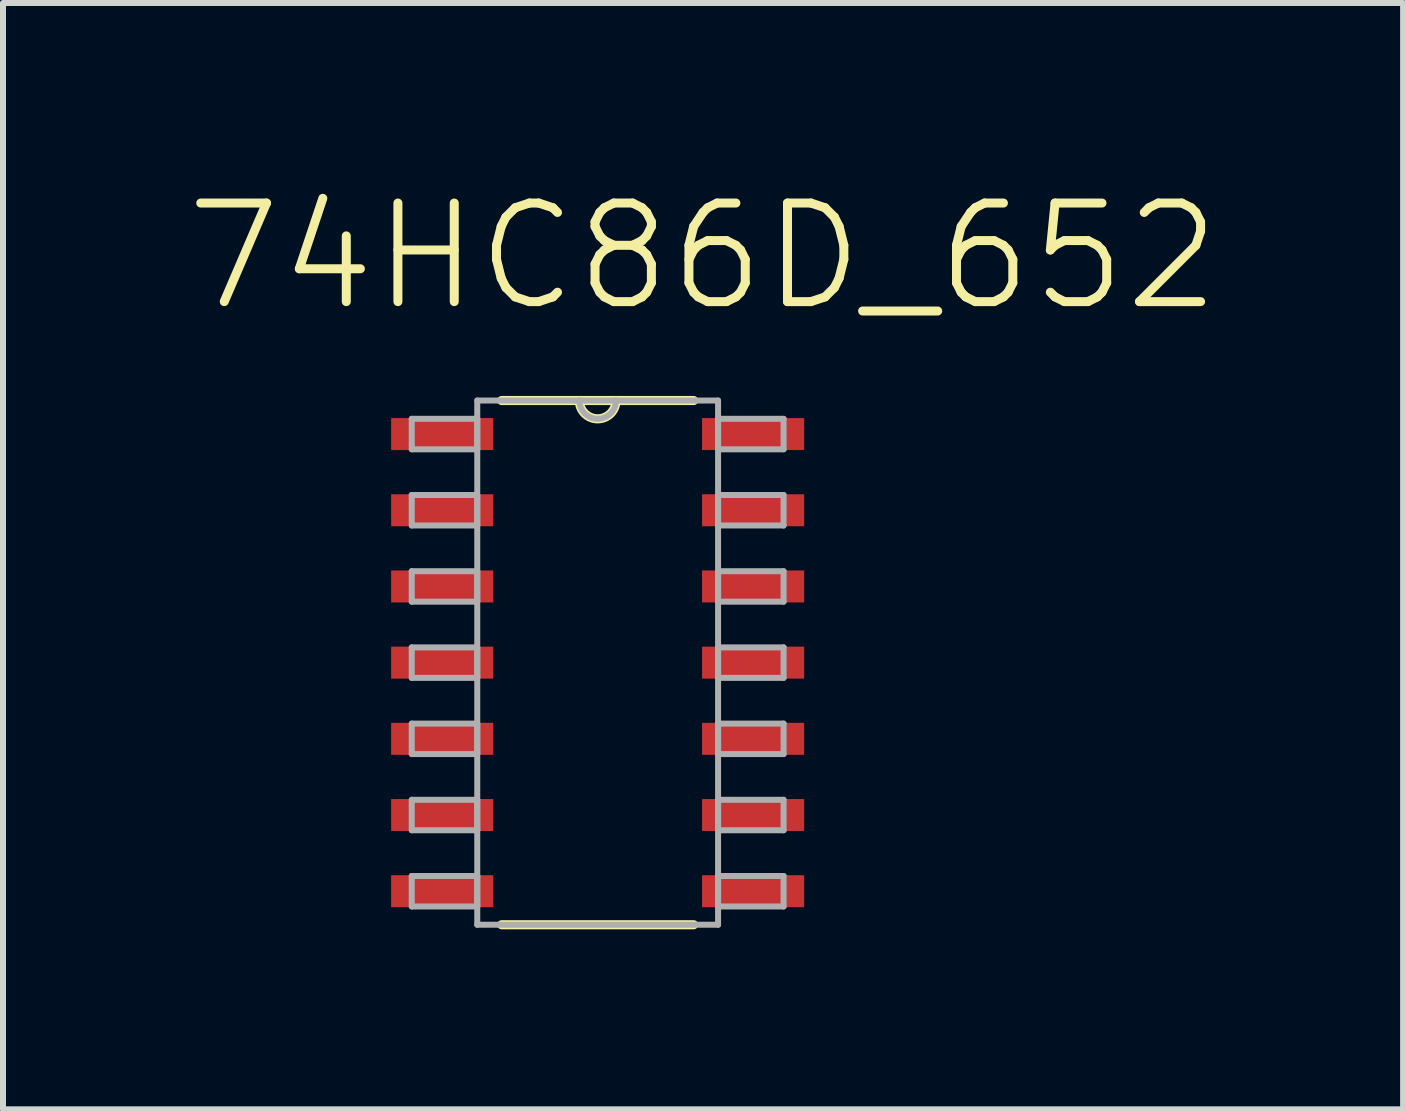
<source format=kicad_pcb>
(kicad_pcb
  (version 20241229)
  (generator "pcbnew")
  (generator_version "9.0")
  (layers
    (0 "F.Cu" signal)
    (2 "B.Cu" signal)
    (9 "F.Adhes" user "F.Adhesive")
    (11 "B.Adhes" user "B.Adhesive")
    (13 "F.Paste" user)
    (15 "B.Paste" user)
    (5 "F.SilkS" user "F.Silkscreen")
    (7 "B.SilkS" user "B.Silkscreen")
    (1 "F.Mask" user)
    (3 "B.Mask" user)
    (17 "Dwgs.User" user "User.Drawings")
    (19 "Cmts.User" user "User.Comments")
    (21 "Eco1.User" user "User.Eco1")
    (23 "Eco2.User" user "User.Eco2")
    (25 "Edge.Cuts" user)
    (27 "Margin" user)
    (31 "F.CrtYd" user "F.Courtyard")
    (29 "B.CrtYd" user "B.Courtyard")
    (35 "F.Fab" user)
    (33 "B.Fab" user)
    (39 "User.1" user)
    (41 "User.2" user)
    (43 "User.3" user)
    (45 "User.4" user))
  (footprint "74HC86D_652"
    (layer "F.Cu")
    (at 6.912 7.995)
    (property "Reference" "74HC86D_652" (at 1.756 -6.77 0) (layer "F.SilkS") (effects (font (size 1.643 1.643) (thickness 0.15))))
    (attr smd)
    (fp_line (start -1.6 4.369) (end 1.6 4.369) (stroke (width 0.152) (type solid)) (layer "F.SilkS"))
    (fp_line (start -0.305 -4.369) (end -1.6 -4.369) (stroke (width 0.152) (type solid)) (layer "F.SilkS"))
    (fp_line (start 0.305 -4.369) (end -0.305 -4.369) (stroke (width 0.152) (type solid)) (layer "F.SilkS"))
    (fp_line (start 1.6 -4.369) (end 0.305 -4.369) (stroke (width 0.152) (type solid)) (layer "F.SilkS"))
    (fp_arc (start 0.3048 -4.3688) (mid 0 -4.064) (end -0.3048 -4.3688) (stroke (width 0.1524) (type solid)) (layer "F.SilkS"))
    (fp_line (start -3.099 -4.064) (end -3.099 -3.556) (stroke (width 0.1) (type solid)) (layer "F.Fab"))
    (fp_line (start -3.099 -3.556) (end -2.007 -3.556) (stroke (width 0.1) (type solid)) (layer "F.Fab"))
    (fp_line (start -3.099 -2.794) (end -3.099 -2.286) (stroke (width 0.1) (type solid)) (layer "F.Fab"))
    (fp_line (start -3.099 -2.286) (end -2.007 -2.286) (stroke (width 0.1) (type solid)) (layer "F.Fab"))
    (fp_line (start -3.099 -1.524) (end -3.099 -1.016) (stroke (width 0.1) (type solid)) (layer "F.Fab"))
    (fp_line (start -3.099 -1.016) (end -2.007 -1.016) (stroke (width 0.1) (type solid)) (layer "F.Fab"))
    (fp_line (start -3.099 -0.254) (end -3.099 0.254) (stroke (width 0.1) (type solid)) (layer "F.Fab"))
    (fp_line (start -3.099 0.254) (end -2.007 0.254) (stroke (width 0.1) (type solid)) (layer "F.Fab"))
    (fp_line (start -3.099 1.016) (end -3.099 1.524) (stroke (width 0.1) (type solid)) (layer "F.Fab"))
    (fp_line (start -3.099 1.524) (end -2.007 1.524) (stroke (width 0.1) (type solid)) (layer "F.Fab"))
    (fp_line (start -3.099 2.286) (end -3.099 2.794) (stroke (width 0.1) (type solid)) (layer "F.Fab"))
    (fp_line (start -3.099 2.794) (end -2.007 2.794) (stroke (width 0.1) (type solid)) (layer "F.Fab"))
    (fp_line (start -3.099 3.556) (end -3.099 4.064) (stroke (width 0.1) (type solid)) (layer "F.Fab"))
    (fp_line (start -3.099 4.064) (end -2.007 4.064) (stroke (width 0.1) (type solid)) (layer "F.Fab"))
    (fp_line (start -2.007 -4.369) (end -2.007 4.369) (stroke (width 0.1) (type solid)) (layer "F.Fab"))
    (fp_line (start -2.007 -4.064) (end -3.099 -4.064) (stroke (width 0.1) (type solid)) (layer "F.Fab"))
    (fp_line (start -2.007 -3.556) (end -2.007 -4.064) (stroke (width 0.1) (type solid)) (layer "F.Fab"))
    (fp_line (start -2.007 -2.794) (end -3.099 -2.794) (stroke (width 0.1) (type solid)) (layer "F.Fab"))
    (fp_line (start -2.007 -2.286) (end -2.007 -2.794) (stroke (width 0.1) (type solid)) (layer "F.Fab"))
    (fp_line (start -2.007 -1.524) (end -3.099 -1.524) (stroke (width 0.1) (type solid)) (layer "F.Fab"))
    (fp_line (start -2.007 -1.016) (end -2.007 -1.524) (stroke (width 0.1) (type solid)) (layer "F.Fab"))
    (fp_line (start -2.007 -0.254) (end -3.099 -0.254) (stroke (width 0.1) (type solid)) (layer "F.Fab"))
    (fp_line (start -2.007 0.254) (end -2.007 -0.254) (stroke (width 0.1) (type solid)) (layer "F.Fab"))
    (fp_line (start -2.007 1.016) (end -3.099 1.016) (stroke (width 0.1) (type solid)) (layer "F.Fab"))
    (fp_line (start -2.007 1.524) (end -2.007 1.016) (stroke (width 0.1) (type solid)) (layer "F.Fab"))
    (fp_line (start -2.007 2.286) (end -3.099 2.286) (stroke (width 0.1) (type solid)) (layer "F.Fab"))
    (fp_line (start -2.007 2.794) (end -2.007 2.286) (stroke (width 0.1) (type solid)) (layer "F.Fab"))
    (fp_line (start -2.007 3.556) (end -3.099 3.556) (stroke (width 0.1) (type solid)) (layer "F.Fab"))
    (fp_line (start -2.007 4.064) (end -2.007 3.556) (stroke (width 0.1) (type solid)) (layer "F.Fab"))
    (fp_line (start -2.007 4.369) (end 2.007 4.369) (stroke (width 0.1) (type solid)) (layer "F.Fab"))
    (fp_line (start -0.305 -4.369) (end -2.007 -4.369) (stroke (width 0.1) (type solid)) (layer "F.Fab"))
    (fp_line (start 0.305 -4.369) (end -0.305 -4.369) (stroke (width 0.1) (type solid)) (layer "F.Fab"))
    (fp_line (start 2.007 -4.369) (end 0.305 -4.369) (stroke (width 0.1) (type solid)) (layer "F.Fab"))
    (fp_line (start 2.007 -4.064) (end 2.007 -3.556) (stroke (width 0.1) (type solid)) (layer "F.Fab"))
    (fp_line (start 2.007 -3.556) (end 3.099 -3.556) (stroke (width 0.1) (type solid)) (layer "F.Fab"))
    (fp_line (start 2.007 -2.794) (end 2.007 -2.286) (stroke (width 0.1) (type solid)) (layer "F.Fab"))
    (fp_line (start 2.007 -2.286) (end 3.099 -2.286) (stroke (width 0.1) (type solid)) (layer "F.Fab"))
    (fp_line (start 2.007 -1.524) (end 2.007 -1.016) (stroke (width 0.1) (type solid)) (layer "F.Fab"))
    (fp_line (start 2.007 -1.016) (end 3.099 -1.016) (stroke (width 0.1) (type solid)) (layer "F.Fab"))
    (fp_line (start 2.007 -0.254) (end 2.007 0.254) (stroke (width 0.1) (type solid)) (layer "F.Fab"))
    (fp_line (start 2.007 0.254) (end 3.099 0.254) (stroke (width 0.1) (type solid)) (layer "F.Fab"))
    (fp_line (start 2.007 1.016) (end 2.007 1.524) (stroke (width 0.1) (type solid)) (layer "F.Fab"))
    (fp_line (start 2.007 1.524) (end 3.099 1.524) (stroke (width 0.1) (type solid)) (layer "F.Fab"))
    (fp_line (start 2.007 2.286) (end 2.007 2.794) (stroke (width 0.1) (type solid)) (layer "F.Fab"))
    (fp_line (start 2.007 2.794) (end 3.099 2.794) (stroke (width 0.1) (type solid)) (layer "F.Fab"))
    (fp_line (start 2.007 3.556) (end 2.007 4.064) (stroke (width 0.1) (type solid)) (layer "F.Fab"))
    (fp_line (start 2.007 4.064) (end 3.099 4.064) (stroke (width 0.1) (type solid)) (layer "F.Fab"))
    (fp_line (start 2.007 4.369) (end 2.007 -4.369) (stroke (width 0.1) (type solid)) (layer "F.Fab"))
    (fp_line (start 3.099 -4.064) (end 2.007 -4.064) (stroke (width 0.1) (type solid)) (layer "F.Fab"))
    (fp_line (start 3.099 -3.556) (end 3.099 -4.064) (stroke (width 0.1) (type solid)) (layer "F.Fab"))
    (fp_line (start 3.099 -2.794) (end 2.007 -2.794) (stroke (width 0.1) (type solid)) (layer "F.Fab"))
    (fp_line (start 3.099 -2.286) (end 3.099 -2.794) (stroke (width 0.1) (type solid)) (layer "F.Fab"))
    (fp_line (start 3.099 -1.524) (end 2.007 -1.524) (stroke (width 0.1) (type solid)) (layer "F.Fab"))
    (fp_line (start 3.099 -1.016) (end 3.099 -1.524) (stroke (width 0.1) (type solid)) (layer "F.Fab"))
    (fp_line (start 3.099 -0.254) (end 2.007 -0.254) (stroke (width 0.1) (type solid)) (layer "F.Fab"))
    (fp_line (start 3.099 0.254) (end 3.099 -0.254) (stroke (width 0.1) (type solid)) (layer "F.Fab"))
    (fp_line (start 3.099 1.016) (end 2.007 1.016) (stroke (width 0.1) (type solid)) (layer "F.Fab"))
    (fp_line (start 3.099 1.524) (end 3.099 1.016) (stroke (width 0.1) (type solid)) (layer "F.Fab"))
    (fp_line (start 3.099 2.286) (end 2.007 2.286) (stroke (width 0.1) (type solid)) (layer "F.Fab"))
    (fp_line (start 3.099 2.794) (end 3.099 2.286) (stroke (width 0.1) (type solid)) (layer "F.Fab"))
    (fp_line (start 3.099 3.556) (end 2.007 3.556) (stroke (width 0.1) (type solid)) (layer "F.Fab"))
    (fp_line (start 3.099 4.064) (end 3.099 3.556) (stroke (width 0.1) (type solid)) (layer "F.Fab"))
    (fp_arc (start 0.3048 -4.3688) (mid 0 -4.064) (end -0.3048 -4.3688) (stroke (width 0.1) (type solid)) (layer "F.Fab"))
    (pad "1" smd rect (at -2.591 -3.81) (size 1.702 0.533) (layers "F.Cu" "F.Mask" "F.Paste"))
    (pad "2" smd rect (at -2.591 -2.54) (size 1.702 0.533) (layers "F.Cu" "F.Mask" "F.Paste"))
    (pad "3" smd rect (at -2.591 -1.27) (size 1.702 0.533) (layers "F.Cu" "F.Mask" "F.Paste"))
    (pad "4" smd rect (at -2.591 0) (size 1.702 0.533) (layers "F.Cu" "F.Mask" "F.Paste"))
    (pad "5" smd rect (at -2.591 1.27) (size 1.702 0.533) (layers "F.Cu" "F.Mask" "F.Paste"))
    (pad "6" smd rect (at -2.591 2.54) (size 1.702 0.533) (layers "F.Cu" "F.Mask" "F.Paste"))
    (pad "7" smd rect (at -2.591 3.81) (size 1.702 0.533) (layers "F.Cu" "F.Mask" "F.Paste"))
    (pad "8" smd rect (at 2.591 3.81) (size 1.702 0.533) (layers "F.Cu" "F.Mask" "F.Paste"))
    (pad "9" smd rect (at 2.591 2.54) (size 1.702 0.533) (layers "F.Cu" "F.Mask" "F.Paste"))
    (pad "10" smd rect (at 2.591 1.27) (size 1.702 0.533) (layers "F.Cu" "F.Mask" "F.Paste"))
    (pad "11" smd rect (at 2.591 0) (size 1.702 0.533) (layers "F.Cu" "F.Mask" "F.Paste"))
    (pad "12" smd rect (at 2.591 -1.27) (size 1.702 0.533) (layers "F.Cu" "F.Mask" "F.Paste"))
    (pad "13" smd rect (at 2.591 -2.54) (size 1.702 0.533) (layers "F.Cu" "F.Mask" "F.Paste"))
    (pad "14" smd rect (at 2.591 -3.81) (size 1.702 0.533) (layers "F.Cu" "F.Mask" "F.Paste")))
  (gr_rect
    (start -3 -3)
    (end 20.337 15.44)
    (stroke (width 0.1) (type default))
    (fill no)
    (layer "Edge.Cuts")))
</source>
